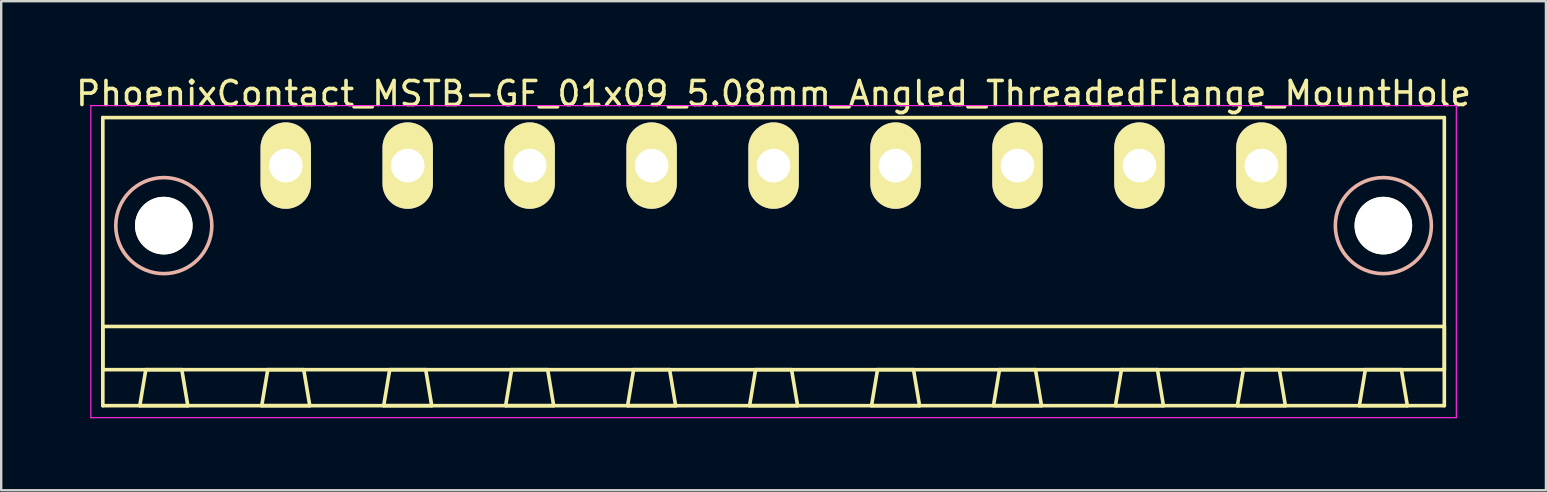
<source format=kicad_pcb>
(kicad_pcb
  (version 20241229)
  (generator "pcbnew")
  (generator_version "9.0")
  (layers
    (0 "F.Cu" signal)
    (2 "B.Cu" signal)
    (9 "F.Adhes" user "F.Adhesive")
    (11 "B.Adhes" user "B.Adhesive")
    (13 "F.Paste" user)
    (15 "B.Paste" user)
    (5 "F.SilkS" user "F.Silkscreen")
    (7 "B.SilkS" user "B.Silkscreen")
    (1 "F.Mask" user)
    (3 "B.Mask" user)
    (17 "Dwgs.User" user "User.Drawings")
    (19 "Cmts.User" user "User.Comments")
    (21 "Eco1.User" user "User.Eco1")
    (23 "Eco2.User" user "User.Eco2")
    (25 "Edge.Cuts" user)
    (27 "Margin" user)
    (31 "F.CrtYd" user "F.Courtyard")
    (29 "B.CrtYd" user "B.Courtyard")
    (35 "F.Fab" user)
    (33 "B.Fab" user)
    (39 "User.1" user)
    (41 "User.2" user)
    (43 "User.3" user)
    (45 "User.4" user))
  (footprint "PhoenixContact_MSTB-GF_01x09_5.08mm_Angled_ThreadedFlange_MountHole"
    (layer "F.Cu")
    (at 8.853 3.848)
    (property "Reference" "PhoenixContact_MSTB-GF_01x09_5.08mm_Angled_ThreadedFlange_MountHole" (at 20.32 -3 0) (layer "F.SilkS") (effects (font (size 1 1) (thickness 0.15))))
    (attr through_hole)
    (fp_line (start -7.62 -2) (end -7.62 10) (stroke (width 0.15) (type solid)) (layer "F.SilkS"))
    (fp_line (start -7.62 6.7) (end 48.26 6.7) (stroke (width 0.15) (type solid)) (layer "F.SilkS"))
    (fp_line (start -7.62 8.5) (end -7.62 6.7) (stroke (width 0.15) (type solid)) (layer "F.SilkS"))
    (fp_line (start -7.62 10) (end 48.26 10) (stroke (width 0.15) (type solid)) (layer "F.SilkS"))
    (fp_line (start -6.08 10) (end -4.08 10) (stroke (width 0.15) (type solid)) (layer "F.SilkS"))
    (fp_line (start -5.83 8.5) (end -6.08 10) (stroke (width 0.15) (type solid)) (layer "F.SilkS"))
    (fp_line (start -4.33 8.5) (end -5.83 8.5) (stroke (width 0.15) (type solid)) (layer "F.SilkS"))
    (fp_line (start -4.08 10) (end -4.33 8.5) (stroke (width 0.15) (type solid)) (layer "F.SilkS"))
    (fp_line (start -1 10) (end 1 10) (stroke (width 0.15) (type solid)) (layer "F.SilkS"))
    (fp_line (start -0.75 8.5) (end -1 10) (stroke (width 0.15) (type solid)) (layer "F.SilkS"))
    (fp_line (start 0.75 8.5) (end -0.75 8.5) (stroke (width 0.15) (type solid)) (layer "F.SilkS"))
    (fp_line (start 1 10) (end 0.75 8.5) (stroke (width 0.15) (type solid)) (layer "F.SilkS"))
    (fp_line (start 4.08 10) (end 6.08 10) (stroke (width 0.15) (type solid)) (layer "F.SilkS"))
    (fp_line (start 4.33 8.5) (end 4.08 10) (stroke (width 0.15) (type solid)) (layer "F.SilkS"))
    (fp_line (start 5.83 8.5) (end 4.33 8.5) (stroke (width 0.15) (type solid)) (layer "F.SilkS"))
    (fp_line (start 6.08 10) (end 5.83 8.5) (stroke (width 0.15) (type solid)) (layer "F.SilkS"))
    (fp_line (start 9.16 10) (end 11.16 10) (stroke (width 0.15) (type solid)) (layer "F.SilkS"))
    (fp_line (start 9.41 8.5) (end 9.16 10) (stroke (width 0.15) (type solid)) (layer "F.SilkS"))
    (fp_line (start 10.91 8.5) (end 9.41 8.5) (stroke (width 0.15) (type solid)) (layer "F.SilkS"))
    (fp_line (start 11.16 10) (end 10.91 8.5) (stroke (width 0.15) (type solid)) (layer "F.SilkS"))
    (fp_line (start 14.24 10) (end 16.24 10) (stroke (width 0.15) (type solid)) (layer "F.SilkS"))
    (fp_line (start 14.49 8.5) (end 14.24 10) (stroke (width 0.15) (type solid)) (layer "F.SilkS"))
    (fp_line (start 15.99 8.5) (end 14.49 8.5) (stroke (width 0.15) (type solid)) (layer "F.SilkS"))
    (fp_line (start 16.24 10) (end 15.99 8.5) (stroke (width 0.15) (type solid)) (layer "F.SilkS"))
    (fp_line (start 19.32 10) (end 21.32 10) (stroke (width 0.15) (type solid)) (layer "F.SilkS"))
    (fp_line (start 19.57 8.5) (end 19.32 10) (stroke (width 0.15) (type solid)) (layer "F.SilkS"))
    (fp_line (start 21.07 8.5) (end 19.57 8.5) (stroke (width 0.15) (type solid)) (layer "F.SilkS"))
    (fp_line (start 21.32 10) (end 21.07 8.5) (stroke (width 0.15) (type solid)) (layer "F.SilkS"))
    (fp_line (start 24.4 10) (end 26.4 10) (stroke (width 0.15) (type solid)) (layer "F.SilkS"))
    (fp_line (start 24.65 8.5) (end 24.4 10) (stroke (width 0.15) (type solid)) (layer "F.SilkS"))
    (fp_line (start 26.15 8.5) (end 24.65 8.5) (stroke (width 0.15) (type solid)) (layer "F.SilkS"))
    (fp_line (start 26.4 10) (end 26.15 8.5) (stroke (width 0.15) (type solid)) (layer "F.SilkS"))
    (fp_line (start 29.48 10) (end 31.48 10) (stroke (width 0.15) (type solid)) (layer "F.SilkS"))
    (fp_line (start 29.73 8.5) (end 29.48 10) (stroke (width 0.15) (type solid)) (layer "F.SilkS"))
    (fp_line (start 31.23 8.5) (end 29.73 8.5) (stroke (width 0.15) (type solid)) (layer "F.SilkS"))
    (fp_line (start 31.48 10) (end 31.23 8.5) (stroke (width 0.15) (type solid)) (layer "F.SilkS"))
    (fp_line (start 34.56 10) (end 36.56 10) (stroke (width 0.15) (type solid)) (layer "F.SilkS"))
    (fp_line (start 34.81 8.5) (end 34.56 10) (stroke (width 0.15) (type solid)) (layer "F.SilkS"))
    (fp_line (start 36.31 8.5) (end 34.81 8.5) (stroke (width 0.15) (type solid)) (layer "F.SilkS"))
    (fp_line (start 36.56 10) (end 36.31 8.5) (stroke (width 0.15) (type solid)) (layer "F.SilkS"))
    (fp_line (start 39.64 10) (end 41.64 10) (stroke (width 0.15) (type solid)) (layer "F.SilkS"))
    (fp_line (start 39.89 8.5) (end 39.64 10) (stroke (width 0.15) (type solid)) (layer "F.SilkS"))
    (fp_line (start 41.39 8.5) (end 39.89 8.5) (stroke (width 0.15) (type solid)) (layer "F.SilkS"))
    (fp_line (start 41.64 10) (end 41.39 8.5) (stroke (width 0.15) (type solid)) (layer "F.SilkS"))
    (fp_line (start 44.72 10) (end 46.72 10) (stroke (width 0.15) (type solid)) (layer "F.SilkS"))
    (fp_line (start 44.97 8.5) (end 44.72 10) (stroke (width 0.15) (type solid)) (layer "F.SilkS"))
    (fp_line (start 46.47 8.5) (end 44.97 8.5) (stroke (width 0.15) (type solid)) (layer "F.SilkS"))
    (fp_line (start 46.72 10) (end 46.47 8.5) (stroke (width 0.15) (type solid)) (layer "F.SilkS"))
    (fp_line (start 48.26 -2) (end -7.62 -2) (stroke (width 0.15) (type solid)) (layer "F.SilkS"))
    (fp_line (start 48.26 6.7) (end 48.26 8.5) (stroke (width 0.15) (type solid)) (layer "F.SilkS"))
    (fp_line (start 48.26 8.5) (end -7.62 8.5) (stroke (width 0.15) (type solid)) (layer "F.SilkS"))
    (fp_line (start 48.26 10) (end 48.26 -2) (stroke (width 0.15) (type solid)) (layer "F.SilkS"))
    (fp_circle (center -5.08 2.5) (end -3.08 2.5) (stroke (width 0.15) (type solid)) (fill no) (layer "B.SilkS"))
    (fp_circle (center 45.72 2.5) (end 47.72 2.5) (stroke (width 0.15) (type solid)) (fill no) (layer "B.SilkS"))
    (fp_line (start -8.12 -2.5) (end -8.12 10.5) (stroke (width 0.05) (type solid)) (layer "F.CrtYd"))
    (fp_line (start -8.12 10.5) (end 48.76 10.5) (stroke (width 0.05) (type solid)) (layer "F.CrtYd"))
    (fp_line (start 48.76 -2.5) (end -8.12 -2.5) (stroke (width 0.05) (type solid)) (layer "F.CrtYd"))
    (fp_line (start 48.76 10.5) (end 48.76 -2.5) (stroke (width 0.05) (type solid)) (layer "F.CrtYd"))
    (pad "" np_thru_hole circle (at -5.08 2.5) (size 2.4 2.4) (drill 2.4) (layers "*.Cu" "*.Mask" "F.SilkS"))
    (pad "" np_thru_hole circle (at 45.72 2.5) (size 2.4 2.4) (drill 2.4) (layers "*.Cu" "*.Mask" "F.SilkS"))
    (pad "1" thru_hole oval (at 0 0) (size 2.1 3.6) (drill 1.4) (layers "*.Cu" "*.Mask" "F.SilkS"))
    (pad "2" thru_hole oval (at 5.08 0) (size 2.1 3.6) (drill 1.4) (layers "*.Cu" "*.Mask" "F.SilkS"))
    (pad "3" thru_hole oval (at 10.16 0) (size 2.1 3.6) (drill 1.4) (layers "*.Cu" "*.Mask" "F.SilkS"))
    (pad "4" thru_hole oval (at 15.24 0) (size 2.1 3.6) (drill 1.4) (layers "*.Cu" "*.Mask" "F.SilkS"))
    (pad "5" thru_hole oval (at 20.32 0) (size 2.1 3.6) (drill 1.4) (layers "*.Cu" "*.Mask" "F.SilkS"))
    (pad "6" thru_hole oval (at 25.4 0) (size 2.1 3.6) (drill 1.4) (layers "*.Cu" "*.Mask" "F.SilkS"))
    (pad "7" thru_hole oval (at 30.48 0) (size 2.1 3.6) (drill 1.4) (layers "*.Cu" "*.Mask" "F.SilkS"))
    (pad "8" thru_hole oval (at 35.56 0) (size 2.1 3.6) (drill 1.4) (layers "*.Cu" "*.Mask" "F.SilkS"))
    (pad "9" thru_hole oval (at 40.64 0) (size 2.1 3.6) (drill 1.4) (layers "*.Cu" "*.Mask" "F.SilkS")))
  (gr_rect
    (start -3 -3)
    (end 61.345 17.373)
    (stroke (width 0.1) (type default))
    (fill no)
    (layer "Edge.Cuts")))
</source>
